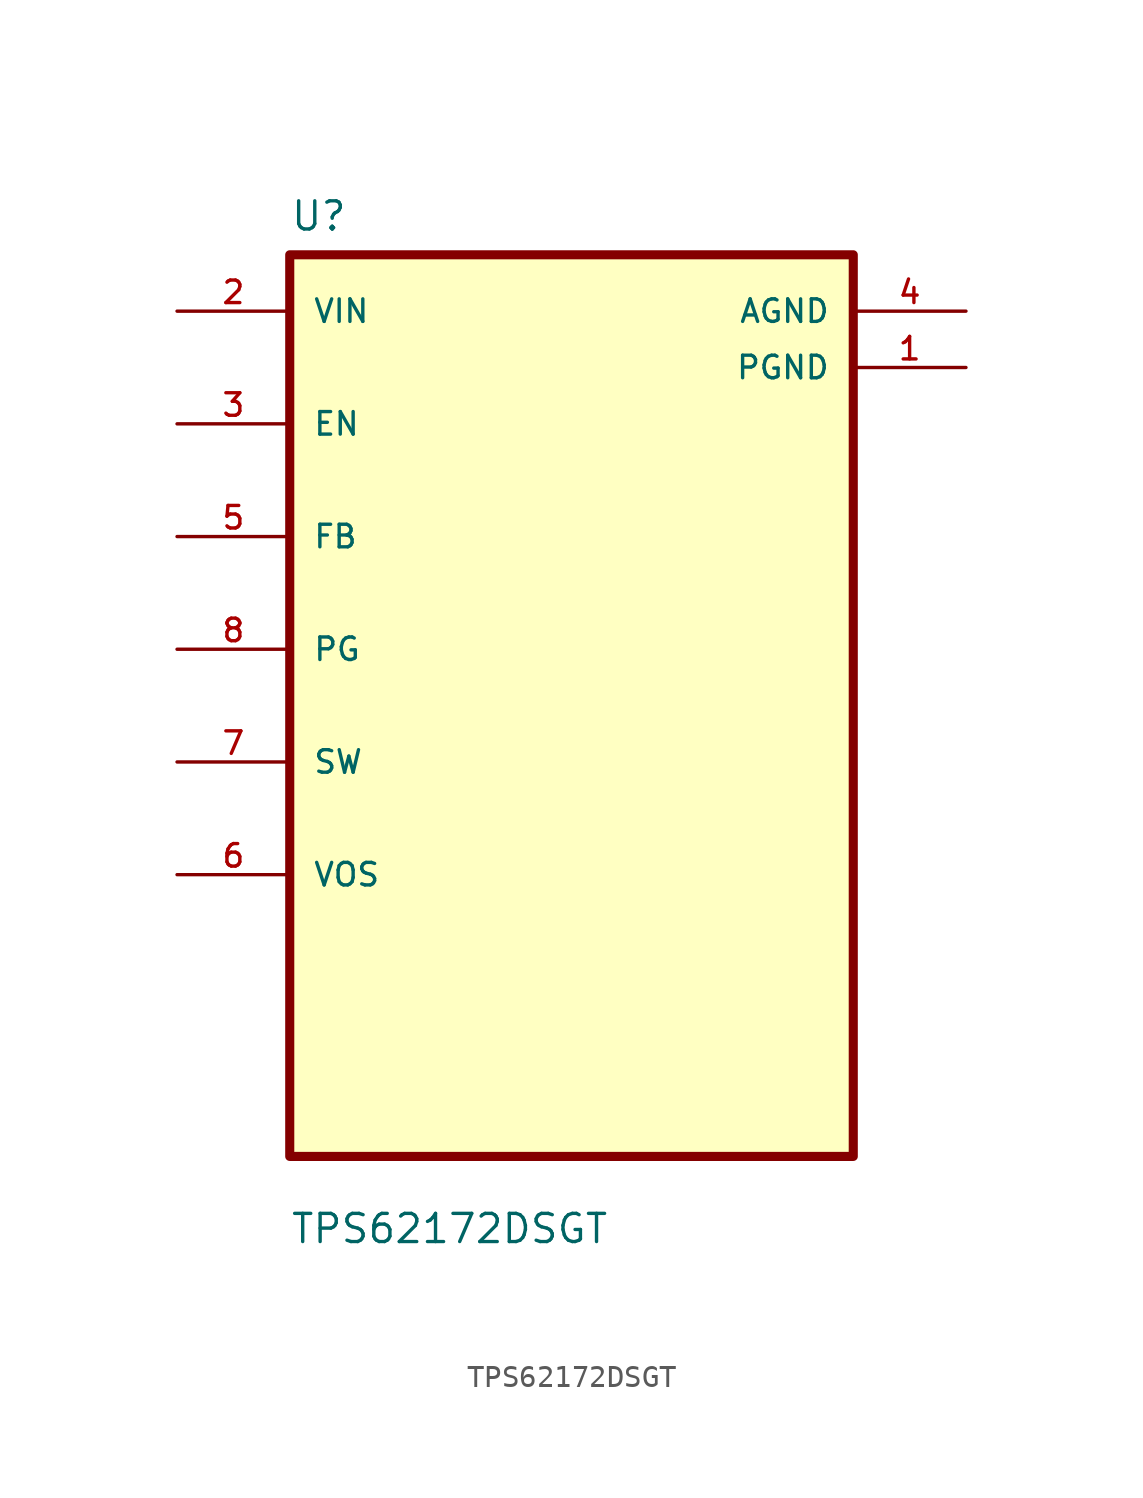
<source format=kicad_sym>
(kicad_symbol_lib
  (version 20211014)
  (generator kicad_symbol_editor)
  (symbol "TPS62172DSGT"
    (pin_names
      (offset 1.016))
    (property "Reference" "U"
      (at -12.7 21.32 0.0)
      (effects (font (size 1.27 1.27)) (justify bottom left)))
    (property "Value" "TPS62172DSGT"
      (at -12.7 -24.32 0.0)
      (effects (font (size 1.27 1.27)) (justify bottom left)))
    (symbol "TPS62172DSGT_0_0"
      (rectangle (start -12.7 -20.32) (end 12.7 20.32) (stroke (width 0.41)) (fill (type background)))
      (pin input line (at -17.78 17.78 0) (length 5.08) (name "VIN" (effects (font (size 1.016 1.016)))) (number "2" (effects (font (size 1.016 1.016)))))
      (pin bidirectional line (at -17.78 12.7 0) (length 5.08) (name "EN" (effects (font (size 1.016 1.016)))) (number "3" (effects (font (size 1.016 1.016)))))
      (pin bidirectional line (at -17.78 7.62 0) (length 5.08) (name "FB" (effects (font (size 1.016 1.016)))) (number "5" (effects (font (size 1.016 1.016)))))
      (pin bidirectional line (at -17.78 2.54 0) (length 5.08) (name "PG" (effects (font (size 1.016 1.016)))) (number "8" (effects (font (size 1.016 1.016)))))
      (pin bidirectional line (at -17.78 -2.54 0) (length 5.08) (name "SW" (effects (font (size 1.016 1.016)))) (number "7" (effects (font (size 1.016 1.016)))))
      (pin bidirectional line (at -17.78 -7.62 0) (length 5.08) (name "VOS" (effects (font (size 1.016 1.016)))) (number "6" (effects (font (size 1.016 1.016)))))
      (pin power_in line (at 17.78 17.78 180.0) (length 5.08) (name "AGND" (effects (font (size 1.016 1.016)))) (number "4" (effects (font (size 1.016 1.016)))))
      (pin power_in line (at 17.78 15.24 180.0) (length 5.08) (name "PGND" (effects (font (size 1.016 1.016)))) (number "1" (effects (font (size 1.016 1.016))))))))
</source>
